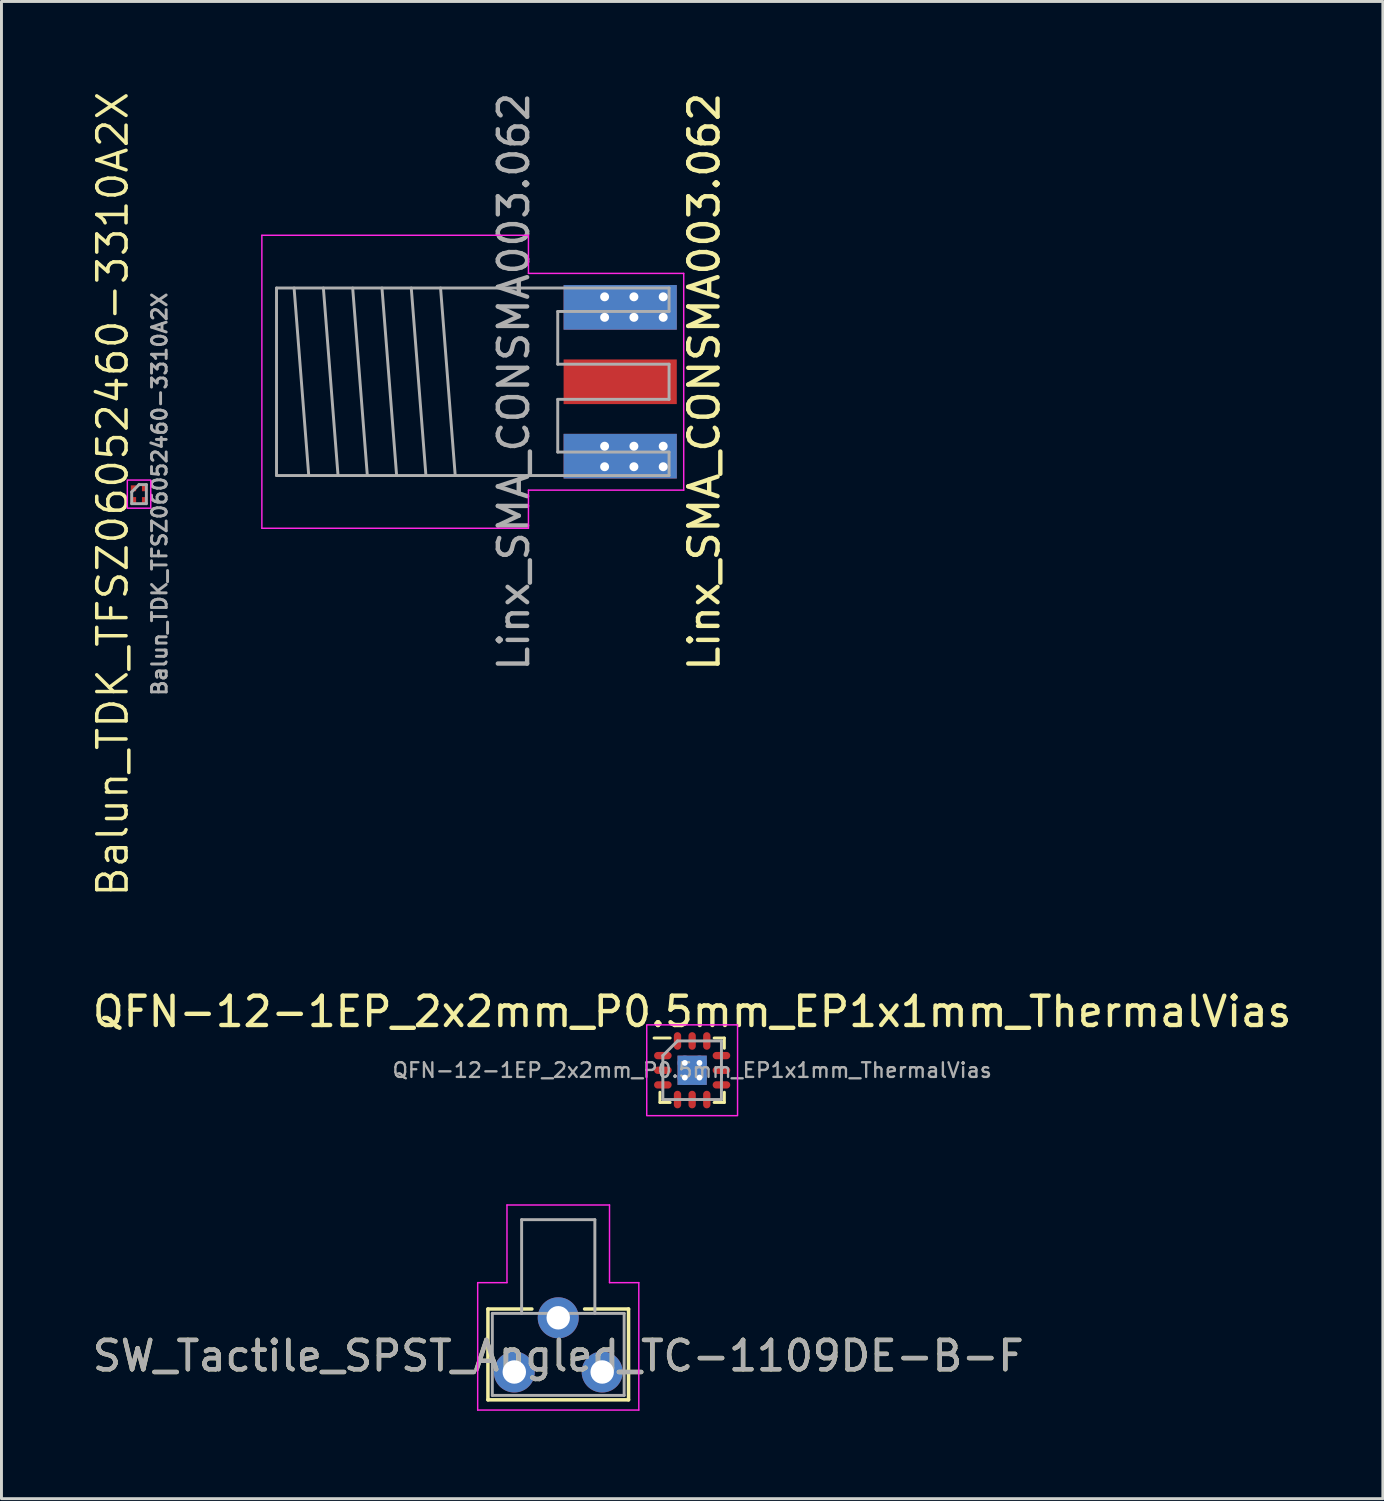
<source format=kicad_pcb>
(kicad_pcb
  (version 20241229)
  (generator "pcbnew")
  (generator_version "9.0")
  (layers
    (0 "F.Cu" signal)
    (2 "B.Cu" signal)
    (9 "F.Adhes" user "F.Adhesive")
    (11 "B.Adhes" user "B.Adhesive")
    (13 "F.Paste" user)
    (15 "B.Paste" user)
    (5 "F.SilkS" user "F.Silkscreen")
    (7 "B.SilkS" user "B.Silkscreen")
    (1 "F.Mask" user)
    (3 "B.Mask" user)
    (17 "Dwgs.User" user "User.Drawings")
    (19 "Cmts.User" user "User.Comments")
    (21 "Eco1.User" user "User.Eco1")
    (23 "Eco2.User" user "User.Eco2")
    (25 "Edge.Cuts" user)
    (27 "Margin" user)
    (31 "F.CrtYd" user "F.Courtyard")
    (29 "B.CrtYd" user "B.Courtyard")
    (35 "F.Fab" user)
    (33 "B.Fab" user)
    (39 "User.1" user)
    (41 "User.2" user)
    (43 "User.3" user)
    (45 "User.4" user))
  (footprint "Linx_SMA_CONSMA003.062"
    (layer "F.Cu")
    (at 15.989 9.982)
    (property "Reference" "Linx_SMA_CONSMA003.062" (at 5 0 90) (layer "F.SilkS") (effects (font (size 1 1) (thickness 0.15))))
    (attr through_hole)
    (fp_line (start -10.1 -5) (end -10.1 5) (stroke (width 0.05) (type solid)) (layer "F.CrtYd"))
    (fp_line (start -10.1 -5) (end -1 -5) (stroke (width 0.05) (type solid)) (layer "F.CrtYd"))
    (fp_line (start -10.1 5) (end -1 5) (stroke (width 0.05) (type solid)) (layer "F.CrtYd"))
    (fp_line (start -1 -5) (end -1 -3.7) (stroke (width 0.05) (type solid)) (layer "F.CrtYd"))
    (fp_line (start -1 3.7) (end 4.3 3.7) (stroke (width 0.05) (type solid)) (layer "F.CrtYd"))
    (fp_line (start -1 5) (end -1 3.7) (stroke (width 0.05) (type solid)) (layer "F.CrtYd"))
    (fp_line (start 4.3 -3.7) (end -1 -3.7) (stroke (width 0.05) (type solid)) (layer "F.CrtYd"))
    (fp_line (start 4.3 3.7) (end 4.3 -3.7) (stroke (width 0.05) (type solid)) (layer "F.CrtYd"))
    (fp_line (start -9.6 -3.2) (end 3.8 -3.2) (stroke (width 0.1) (type solid)) (layer "F.Fab"))
    (fp_line (start -9.6 3.2) (end -9.6 -3.2) (stroke (width 0.1) (type solid)) (layer "F.Fab"))
    (fp_line (start -9.6 3.2) (end 3.8 3.2) (stroke (width 0.1) (type solid)) (layer "F.Fab"))
    (fp_line (start -9 -3.2) (end -8.5 3.2) (stroke (width 0.1) (type solid)) (layer "F.Fab"))
    (fp_line (start -8 -3.2) (end -7.5 3.2) (stroke (width 0.1) (type solid)) (layer "F.Fab"))
    (fp_line (start -7 -3.2) (end -6.5 3.2) (stroke (width 0.1) (type solid)) (layer "F.Fab"))
    (fp_line (start -6 -3.2) (end -5.5 3.2) (stroke (width 0.1) (type solid)) (layer "F.Fab"))
    (fp_line (start -5 -3.2) (end -4.5 3.2) (stroke (width 0.1) (type solid)) (layer "F.Fab"))
    (fp_line (start -4 -3.2) (end -3.5 3.2) (stroke (width 0.1) (type solid)) (layer "F.Fab"))
    (fp_line (start 0 -2.4) (end 3.8 -2.4) (stroke (width 0.1) (type solid)) (layer "F.Fab"))
    (fp_line (start 0 -0.6) (end 0 -2.4) (stroke (width 0.1) (type solid)) (layer "F.Fab"))
    (fp_line (start 0 0.6) (end 3.8 0.6) (stroke (width 0.1) (type solid)) (layer "F.Fab"))
    (fp_line (start 0 2.4) (end 0 0.6) (stroke (width 0.1) (type solid)) (layer "F.Fab"))
    (fp_line (start 3.8 -2.4) (end 3.8 -3.2) (stroke (width 0.1) (type solid)) (layer "F.Fab"))
    (fp_line (start 3.8 -0.6) (end 0 -0.6) (stroke (width 0.1) (type solid)) (layer "F.Fab"))
    (fp_line (start 3.8 0.6) (end 3.8 -0.6) (stroke (width 0.1) (type solid)) (layer "F.Fab"))
    (fp_line (start 3.8 2.4) (end 0 2.4) (stroke (width 0.1) (type solid)) (layer "F.Fab"))
    (fp_line (start 3.8 3.2) (end 3.8 2.4) (stroke (width 0.1) (type solid)) (layer "F.Fab"))
    (fp_text user "${REFERENCE}" (at -1.5 0 90) (layer "F.Fab") (effects (font (size 1 1) (thickness 0.15))))
    (pad "1" smd rect (at 2.132 0) (size 3.864 1.524) (layers "F.Cu" "F.Mask"))
    (pad "2" thru_hole circle (at 1.6 -2.9) (size 0.762 0.762) (drill 0.305) (layers "*.Cu" "*.Mask"))
    (pad "2" thru_hole circle (at 1.6 -2.2) (size 0.762 0.762) (drill 0.305) (layers "*.Cu" "*.Mask"))
    (pad "2" thru_hole circle (at 1.6 2.2) (size 0.762 0.762) (drill 0.305) (layers "*.Cu" "*.Mask"))
    (pad "2" thru_hole circle (at 1.6 2.9) (size 0.762 0.762) (drill 0.305) (layers "*.Cu" "*.Mask"))
    (pad "2" smd rect (at 2.132 -2.54) (size 3.864 1.524) (layers "F.Cu" "F.Mask"))
    (pad "2" smd rect (at 2.132 -2.54) (size 3.864 1.524) (layers "B.Cu" "B.Mask"))
    (pad "2" smd rect (at 2.132 2.54) (size 3.864 1.524) (layers "F.Cu" "F.Mask"))
    (pad "2" smd rect (at 2.132 2.54) (size 3.864 1.524) (layers "B.Cu" "B.Mask"))
    (pad "2" thru_hole circle (at 2.6 -2.9) (size 0.762 0.762) (drill 0.305) (layers "*.Cu" "*.Mask"))
    (pad "2" thru_hole circle (at 2.6 -2.2) (size 0.762 0.762) (drill 0.305) (layers "*.Cu" "*.Mask"))
    (pad "2" thru_hole circle (at 2.6 2.2) (size 0.762 0.762) (drill 0.305) (layers "*.Cu" "*.Mask"))
    (pad "2" thru_hole circle (at 2.6 2.9) (size 0.762 0.762) (drill 0.305) (layers "*.Cu" "*.Mask"))
    (pad "2" thru_hole circle (at 3.6 -2.9) (size 0.762 0.762) (drill 0.305) (layers "*.Cu" "*.Mask"))
    (pad "2" thru_hole circle (at 3.6 -2.2) (size 0.762 0.762) (drill 0.305) (layers "*.Cu" "*.Mask"))
    (pad "2" thru_hole circle (at 3.6 2.2) (size 0.762 0.762) (drill 0.305) (layers "*.Cu" "*.Mask"))
    (pad "2" thru_hole circle (at 3.6 2.9) (size 0.762 0.762) (drill 0.305) (layers "*.Cu" "*.Mask"))
    (zone (net_name "") (layer "In1.Cu") (name "SMA keepout") (hatch edge 0.508) (connect_pads) (min_thickness 0.254) (filled_areas_thickness no) (keepout (tracks not_allowed) (vias not_allowed) (pads not_allowed) (copperpour not_allowed) (footprints not_allowed)) (placement (enabled no)) (fill) (polygon (pts (xy 20.049 11.752) (xy 15.989 11.752) (xy 15.989 8.212) (xy 20.049 8.212)))))
  (footprint "Balun_TDK_TFSZ06052460-3310A2X"
    (layer "F.Cu")
    (at 1.696 13.818)
    (property "Reference" "Balun_TDK_TFSZ06052460-3310A2X" (at -0.9 0 90) (unlocked yes) (layer "F.SilkS") (effects (font (size 1 1) (thickness 0.12))))
    (attr smd)
    (fp_rect (start -0.4 -0.48) (end 0.4 0.48) (stroke (width 0.05) (type default)) (fill no) (layer "F.CrtYd"))
    (fp_line (start -0.25 -0.075) (end 0 -0.325) (stroke (width 0.1) (type default)) (layer "F.Fab"))
    (fp_line (start -0.25 0.325) (end -0.25 -0.075) (stroke (width 0.1) (type default)) (layer "F.Fab"))
    (fp_line (start 0 -0.325) (end 0.25 -0.325) (stroke (width 0.1) (type default)) (layer "F.Fab"))
    (fp_line (start 0.25 -0.325) (end 0.25 0.325) (stroke (width 0.1) (type default)) (layer "F.Fab"))
    (fp_line (start 0.25 0.325) (end -0.25 0.325) (stroke (width 0.1) (type default)) (layer "F.Fab"))
    (fp_text user "${REFERENCE}" (at 0.7 0 90) (unlocked yes) (layer "F.Fab") (effects (font (size 0.5 0.5) (thickness 0.1) (bold yes))))
    (pad "1" smd rect (at -0.19 -0.2) (size 0.18 0.2) (layers "F.Cu"))
    (pad "2" smd rect (at -0.19 0.2) (size 0.18 0.2) (layers "F.Cu"))
    (pad "3" smd rect (at 0.19 0.2) (size 0.18 0.2) (layers "F.Cu"))
    (pad "4" smd rect (at 0.19 -0.2) (size 0.18 0.2) (layers "F.Cu")))
  (footprint "QFN-12-1EP_2x2mm_P0.5mm_EP1x1mm_ThermalVias"
    (layer "F.Cu")
    (at 20.577 33.484)
    (property "Reference" "QFN-12-1EP_2x2mm_P0.5mm_EP1x1mm_ThermalVias" (at 0 -2 0) (layer "F.SilkS") (effects (font (size 1 1) (thickness 0.15))))
    (attr smd)
    (fp_line (start -1.1 1.1) (end -1.1 0.75) (stroke (width 0.1) (type default)) (layer "F.SilkS"))
    (fp_line (start -0.75 -1.1) (end -1.3 -1.1) (stroke (width 0.1) (type default)) (layer "F.SilkS"))
    (fp_line (start -0.75 1.1) (end -1.1 1.1) (stroke (width 0.1) (type default)) (layer "F.SilkS"))
    (fp_line (start 1.1 -1.1) (end 0.75 -1.1) (stroke (width 0.1) (type default)) (layer "F.SilkS"))
    (fp_line (start 1.1 -1.1) (end 1.1 -0.75) (stroke (width 0.1) (type default)) (layer "F.SilkS"))
    (fp_line (start 1.1 0.75) (end 1.1 1.1) (stroke (width 0.1) (type default)) (layer "F.SilkS"))
    (fp_line (start 1.1 1.1) (end 0.75 1.1) (stroke (width 0.1) (type default)) (layer "F.SilkS"))
    (fp_rect (start -1.55 -1.55) (end 1.55 1.55) (stroke (width 0.05) (type default)) (fill no) (layer "F.CrtYd"))
    (fp_line (start -1 -0.5) (end -0.5 -1) (stroke (width 0.1) (type solid)) (layer "F.Fab"))
    (fp_line (start -1 1) (end -1 -0.5) (stroke (width 0.1) (type solid)) (layer "F.Fab"))
    (fp_line (start -0.5 -1) (end 1 -1) (stroke (width 0.1) (type solid)) (layer "F.Fab"))
    (fp_line (start 1 -1) (end 1 1) (stroke (width 0.1) (type solid)) (layer "F.Fab"))
    (fp_line (start 1 1) (end -1 1) (stroke (width 0.1) (type solid)) (layer "F.Fab"))
    (fp_text user "${REFERENCE}" (at 0 0 0) (layer "F.Fab") (effects (font (size 0.5 0.5) (thickness 0.08))))
    (pad "1" smd oval (at -1 -0.5) (size 0.6 0.25) (layers "F.Cu" "F.Mask" "F.Paste"))
    (pad "2" smd oval (at -1 0) (size 0.6 0.25) (layers "F.Cu" "F.Mask" "F.Paste"))
    (pad "3" smd oval (at -1 0.5) (size 0.6 0.25) (layers "F.Cu" "F.Mask" "F.Paste"))
    (pad "4" smd oval (at -0.5 1 90) (size 0.6 0.25) (layers "F.Cu" "F.Mask" "F.Paste"))
    (pad "5" smd oval (at 0 1 90) (size 0.6 0.25) (layers "F.Cu" "F.Mask" "F.Paste"))
    (pad "6" smd oval (at 0.5 1 90) (size 0.6 0.25) (layers "F.Cu" "F.Mask" "F.Paste"))
    (pad "7" smd oval (at 1 0.5) (size 0.6 0.25) (layers "F.Cu" "F.Mask" "F.Paste"))
    (pad "8" smd oval (at 1 0) (size 0.6 0.25) (layers "F.Cu" "F.Mask" "F.Paste"))
    (pad "9" smd oval (at 1 -0.5) (size 0.6 0.25) (layers "F.Cu" "F.Mask" "F.Paste"))
    (pad "10" smd oval (at 0.5 -1 90) (size 0.6 0.25) (layers "F.Cu" "F.Mask" "F.Paste"))
    (pad "11" smd oval (at 0 -1 90) (size 0.6 0.25) (layers "F.Cu" "F.Mask" "F.Paste"))
    (pad "12" smd oval (at -0.5 -1) (size 0.25 0.6) (layers "F.Cu" "F.Mask" "F.Paste"))
    (pad "13" thru_hole circle (at -0.25 -0.25) (size 0.5 0.5) (drill 0.2) (layers "*.Cu"))
    (pad "13" thru_hole circle (at -0.25 0.25) (size 0.5 0.5) (drill 0.2) (layers "*.Cu"))
    (pad "13" smd rect (at 0 0) (size 1 1) (layers "F.Cu" "F.Mask" "F.Paste"))
    (pad "13" smd rect (at 0 0) (size 1 1) (layers "B.Cu"))
    (pad "13" thru_hole circle (at 0.25 -0.25) (size 0.5 0.5) (drill 0.2) (layers "*.Cu"))
    (pad "13" thru_hole circle (at 0.25 0.25) (size 0.5 0.5) (drill 0.2) (layers "*.Cu")))
  (footprint "SW_Tactile_SPST_Angled_TC-1109DE-B-F"
    (layer "F.Cu")
    (at 17.506 43.784)
    (property "Reference" "SW_Tactile_SPST_Angled_TC-1109DE-B-F" (at -1.5 -0.55 0) (layer "F.SilkS") (effects (font (size 1 1) (thickness 0.15))))
    (attr through_hole)
    (fp_line (start -3.9 -2.15) (end -2.4 -2.15) (stroke (width 0.12) (type solid)) (layer "F.SilkS"))
    (fp_line (start -3.9 0.95) (end -3.9 -2.15) (stroke (width 0.12) (type solid)) (layer "F.SilkS"))
    (fp_line (start 0.9 -2.15) (end -0.6 -2.15) (stroke (width 0.12) (type solid)) (layer "F.SilkS"))
    (fp_line (start 0.9 -2.15) (end 0.9 0.95) (stroke (width 0.12) (type solid)) (layer "F.SilkS"))
    (fp_line (start 0.9 0.95) (end -3.9 0.95) (stroke (width 0.12) (type solid)) (layer "F.SilkS"))
    (fp_line (start -4.25 -3.05) (end -4.25 1.3) (stroke (width 0.05) (type solid)) (layer "F.CrtYd"))
    (fp_line (start -4.25 1.3) (end 1.25 1.3) (stroke (width 0.05) (type solid)) (layer "F.CrtYd"))
    (fp_line (start -3.25 -5.7) (end -3.25 -3.05) (stroke (width 0.05) (type solid)) (layer "F.CrtYd"))
    (fp_line (start -3.25 -3.05) (end -4.25 -3.05) (stroke (width 0.05) (type solid)) (layer "F.CrtYd"))
    (fp_line (start 0.25 -5.7) (end -3.25 -5.7) (stroke (width 0.05) (type solid)) (layer "F.CrtYd"))
    (fp_line (start 0.25 -3.05) (end 0.25 -5.7) (stroke (width 0.05) (type solid)) (layer "F.CrtYd"))
    (fp_line (start 1.25 -3.05) (end 0.25 -3.05) (stroke (width 0.05) (type solid)) (layer "F.CrtYd"))
    (fp_line (start 1.25 1.3) (end 1.25 -3.05) (stroke (width 0.05) (type solid)) (layer "F.CrtYd"))
    (fp_line (start -3.75 -2) (end 0.75 -2) (stroke (width 0.1) (type solid)) (layer "F.Fab"))
    (fp_line (start -3.75 0.8) (end -3.75 -2) (stroke (width 0.1) (type solid)) (layer "F.Fab"))
    (fp_line (start -2.75 -2) (end -2.75 -5.2) (stroke (width 0.1) (type solid)) (layer "F.Fab"))
    (fp_line (start -0.25 -5.2) (end -2.75 -5.2) (stroke (width 0.1) (type solid)) (layer "F.Fab"))
    (fp_line (start -0.25 -2) (end -0.25 -5.2) (stroke (width 0.1) (type solid)) (layer "F.Fab"))
    (fp_line (start 0.75 -2) (end 0.75 0.8) (stroke (width 0.1) (type solid)) (layer "F.Fab"))
    (fp_line (start 0.75 0.8) (end -3.75 0.8) (stroke (width 0.1) (type solid)) (layer "F.Fab"))
    (fp_text user "${REFERENCE}" (at -1.5 -0.55 0) (layer "F.Fab") (effects (font (size 1 1) (thickness 0.15))))
    (pad "1" thru_hole circle (at 0 0) (size 1.4 1.4) (drill 0.8) (layers "*.Cu" "*.Mask"))
    (pad "2" thru_hole circle (at -3 0) (size 1.4 1.4) (drill 0.8) (layers "*.Cu" "*.Mask"))
    (pad "3" thru_hole circle (at -1.5 -1.85) (size 1.4 1.4) (drill 0.8) (layers "*.Cu" "*.Mask")))
  (gr_rect
    (start -3 -3)
    (end 44.155 48.109)
    (stroke (width 0.1) (type default))
    (fill no)
    (layer "Edge.Cuts")))
</source>
